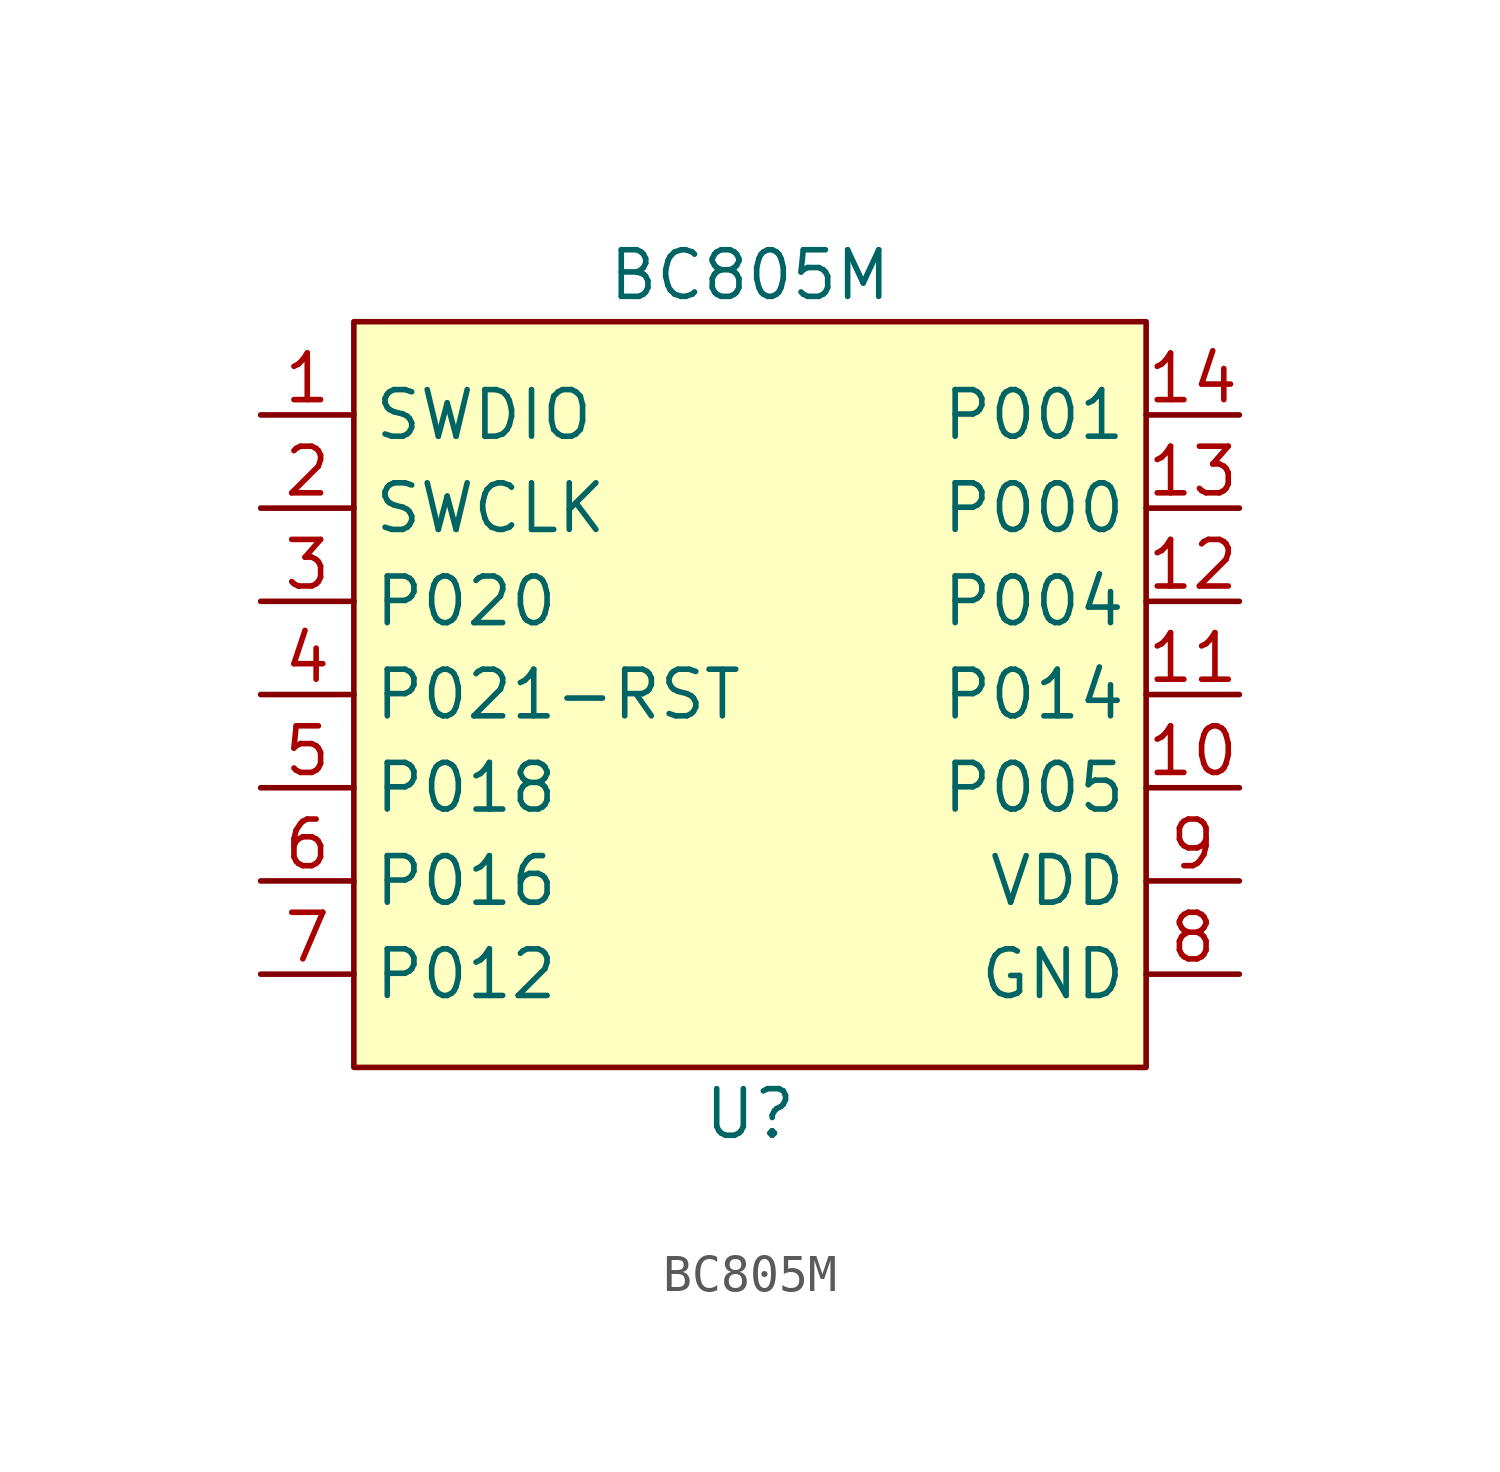
<source format=kicad_sym>
(kicad_symbol_lib
  (version 20231120)
  (generator "kicad_symbol_editor")
  (generator_version "8.0")
  (symbol "BC805M"
    (property "Reference" "U"
      (at 10.795 -1.27 0)
      (effects (font (size 1.27 1.27))))
    (property "Value" "BC805M"
      (at 10.795 21.59 0)
      (effects (font (size 1.27 1.27))))
    (symbol "BC805M_1_1"
      (rectangle (start 0 20.32) (end 21.59 0) (stroke (width 0) (type default)) (fill (type background)))
      (pin input line (at -2.54 17.78 0) (length 2.54) (name "SWDIO" (effects (font (size 1.27 1.27)))) (number "1" (effects (font (size 1.27 1.27)))))
      (pin bidirectional line (at 24.13 7.62 180) (length 2.54) (name "P005" (effects (font (size 1.27 1.27)))) (number "10" (effects (font (size 1.27 1.27)))))
      (pin bidirectional line (at 24.13 10.16 180) (length 2.54) (name "P014" (effects (font (size 1.27 1.27)))) (number "11" (effects (font (size 1.27 1.27)))))
      (pin bidirectional line (at 24.13 12.7 180) (length 2.54) (name "P004" (effects (font (size 1.27 1.27)))) (number "12" (effects (font (size 1.27 1.27)))))
      (pin bidirectional line (at 24.13 15.24 180) (length 2.54) (name "P000" (effects (font (size 1.27 1.27)))) (number "13" (effects (font (size 1.27 1.27)))))
      (pin bidirectional line (at 24.13 17.78 180) (length 2.54) (name "P001" (effects (font (size 1.27 1.27)))) (number "14" (effects (font (size 1.27 1.27)))))
      (pin input line (at -2.54 15.24 0) (length 2.54) (name "SWCLK" (effects (font (size 1.27 1.27)))) (number "2" (effects (font (size 1.27 1.27)))))
      (pin bidirectional line (at -2.54 12.7 0) (length 2.54) (name "P020" (effects (font (size 1.27 1.27)))) (number "3" (effects (font (size 1.27 1.27)))))
      (pin bidirectional line (at -2.54 10.16 0) (length 2.54) (name "P021-RST" (effects (font (size 1.27 1.27)))) (number "4" (effects (font (size 1.27 1.27)))))
      (pin bidirectional line (at -2.54 7.62 0) (length 2.54) (name "P018" (effects (font (size 1.27 1.27)))) (number "5" (effects (font (size 1.27 1.27)))))
      (pin bidirectional line (at -2.54 5.08 0) (length 2.54) (name "P016" (effects (font (size 1.27 1.27)))) (number "6" (effects (font (size 1.27 1.27)))))
      (pin bidirectional line (at -2.54 2.54 0) (length 2.54) (name "P012" (effects (font (size 1.27 1.27)))) (number "7" (effects (font (size 1.27 1.27)))))
      (pin power_in line (at 24.13 2.54 180) (length 2.54) (name "GND" (effects (font (size 1.27 1.27)))) (number "8" (effects (font (size 1.27 1.27)))))
      (pin power_in line (at 24.13 5.08 180) (length 2.54) (name "VDD" (effects (font (size 1.27 1.27)))) (number "9" (effects (font (size 1.27 1.27))))))))
</source>
